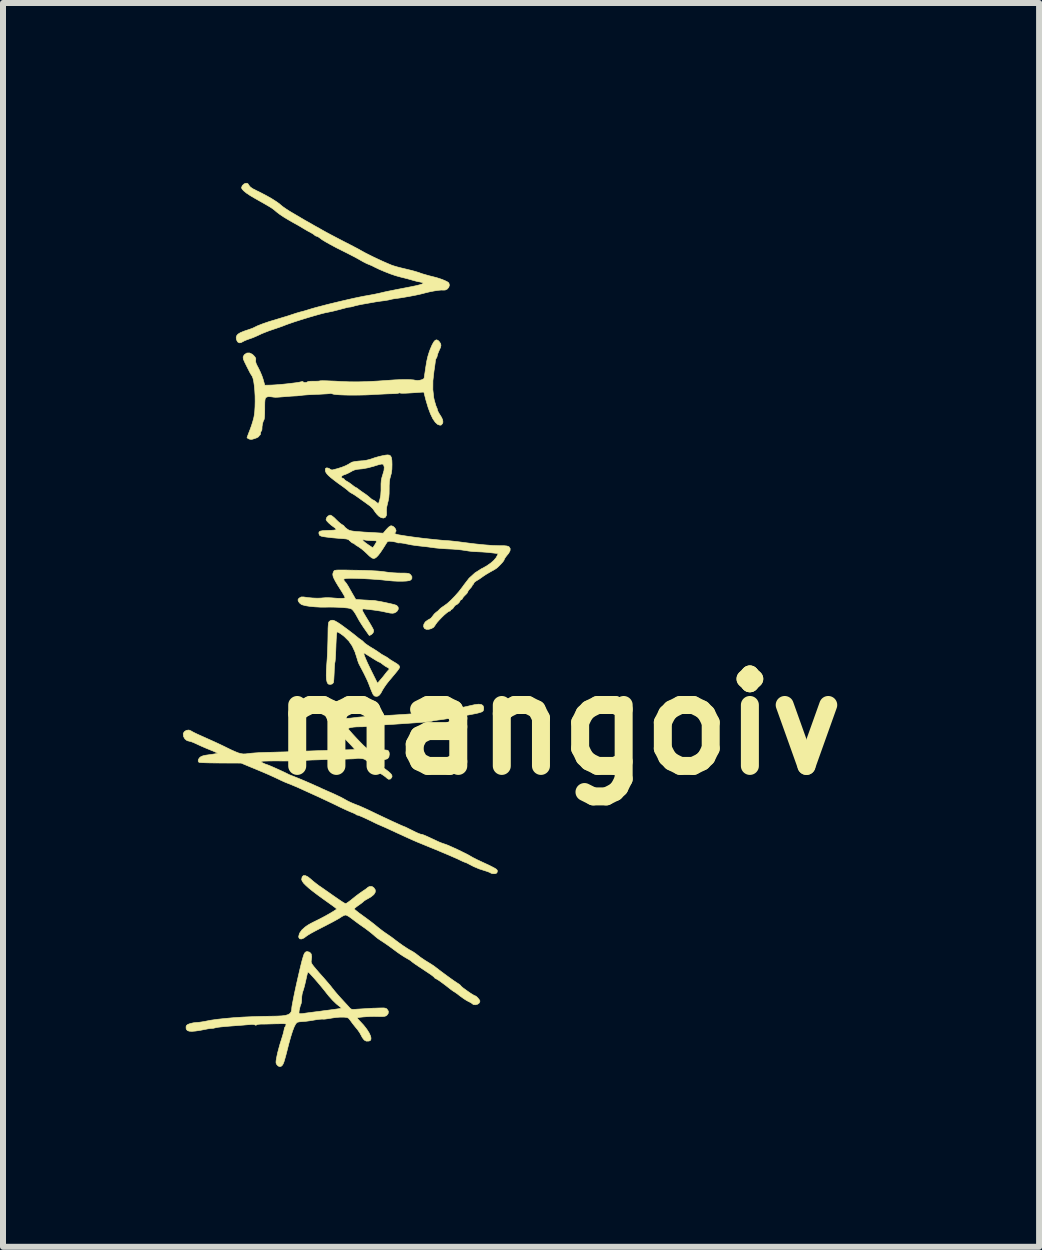
<source format=kicad_pcb>
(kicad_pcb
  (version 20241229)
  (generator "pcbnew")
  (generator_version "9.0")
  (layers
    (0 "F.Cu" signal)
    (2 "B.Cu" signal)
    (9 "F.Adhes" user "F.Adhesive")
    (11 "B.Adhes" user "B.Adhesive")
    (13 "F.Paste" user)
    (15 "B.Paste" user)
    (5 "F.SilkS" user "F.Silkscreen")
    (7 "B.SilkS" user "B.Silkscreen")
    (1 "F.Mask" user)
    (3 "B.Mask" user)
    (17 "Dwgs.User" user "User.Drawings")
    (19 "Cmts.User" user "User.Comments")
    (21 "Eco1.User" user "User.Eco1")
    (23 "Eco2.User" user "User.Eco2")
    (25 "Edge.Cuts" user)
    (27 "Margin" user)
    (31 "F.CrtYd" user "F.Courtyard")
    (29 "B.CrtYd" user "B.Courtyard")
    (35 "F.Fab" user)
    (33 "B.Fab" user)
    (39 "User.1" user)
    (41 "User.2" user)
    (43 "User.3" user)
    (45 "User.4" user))
  (footprint "mangoiv"
    (layer "F.Cu")
    (at 6.26 9.031)
    (property "Reference" "mangoiv" (at 0 0 0) (layer "F.SilkS") (effects (font (size 1.524 1.524) (thickness 0.3))))
    (attr through_hole)
    (fp_poly (pts (xy -2.817 -4.492) (xy -2.796 -4.477) (xy -2.783 -4.448) (xy -2.776 -4.402) (xy -2.774 -4.338) (xy -2.776 -4.255) (xy -2.786 -4.186) (xy -2.797 -4.147) (xy -2.81 -4.098) (xy -2.818 -4.046) (xy -2.821 -3.981) (xy -2.821 -3.932) (xy -2.822 -3.852) (xy -2.827 -3.786) (xy -2.838 -3.727) (xy -2.846 -3.698) (xy -2.863 -3.623) (xy -2.867 -3.563) (xy -2.865 -3.545) (xy -2.866 -3.492) (xy -2.883 -3.458) (xy -2.914 -3.443) (xy -2.954 -3.45) (xy -2.993 -3.474) (xy -3.024 -3.505) (xy -3.056 -3.545) (xy -3.065 -3.559) (xy -3.095 -3.601) (xy -3.134 -3.639) (xy -3.145 -3.648) (xy -3.177 -3.671) (xy -3.222 -3.704) (xy -3.273 -3.74) (xy -3.298 -3.758) (xy -3.347 -3.793) (xy -3.393 -3.825) (xy -3.43 -3.848) (xy -3.444 -3.855) (xy -3.474 -3.873) (xy -3.493 -3.887) (xy -3.494 -3.889) (xy -3.508 -3.902) (xy -3.536 -3.925) (xy -3.575 -3.954) (xy -3.584 -3.961) (xy -3.674 -4.025) (xy -3.744 -4.078) (xy -3.798 -4.121) (xy -3.811 -4.133) (xy -3.619 -4.133) (xy -3.615 -4.116) (xy -3.594 -4.106) (xy -3.574 -4.096) (xy -3.569 -4.088) (xy -3.559 -4.076) (xy -3.533 -4.059) (xy -3.527 -4.056) (xy -3.492 -4.035) (xy -3.452 -4.006) (xy -3.434 -3.992) (xy -3.403 -3.968) (xy -3.379 -3.953) (xy -3.372 -3.95) (xy -3.355 -3.942) (xy -3.341 -3.93) (xy -3.32 -3.914) (xy -3.286 -3.889) (xy -3.251 -3.865) (xy -3.207 -3.835) (xy -3.166 -3.803) (xy -3.143 -3.783) (xy -3.116 -3.76) (xy -3.096 -3.747) (xy -3.092 -3.746) (xy -3.075 -3.738) (xy -3.048 -3.72) (xy -3.042 -3.714) (xy -3.017 -3.694) (xy -3.002 -3.684) (xy -3.001 -3.683) (xy -2.996 -3.694) (xy -2.986 -3.723) (xy -2.976 -3.756) (xy -2.962 -3.823) (xy -2.957 -3.904) (xy -2.957 -3.95) (xy -2.957 -4.015) (xy -2.953 -4.067) (xy -2.944 -4.114) (xy -2.928 -4.166) (xy -2.907 -4.238) (xy -2.903 -4.292) (xy -2.914 -4.329) (xy -2.925 -4.341) (xy -2.946 -4.344) (xy -2.989 -4.335) (xy -3.055 -4.315) (xy -3.067 -4.311) (xy -3.172 -4.282) (xy -3.27 -4.264) (xy -3.295 -4.262) (xy -3.354 -4.256) (xy -3.397 -4.246) (xy -3.435 -4.23) (xy -3.457 -4.217) (xy -3.502 -4.193) (xy -3.548 -4.172) (xy -3.569 -4.166) (xy -3.603 -4.151) (xy -3.619 -4.133) (xy -3.811 -4.133) (xy -3.836 -4.155) (xy -3.862 -4.184) (xy -3.878 -4.209) (xy -3.885 -4.231) (xy -3.886 -4.245) (xy -3.882 -4.271) (xy -3.865 -4.28) (xy -3.856 -4.28) (xy -3.825 -4.272) (xy -3.809 -4.26) (xy -3.783 -4.246) (xy -3.766 -4.246) (xy -3.685 -4.267) (xy -3.61 -4.291) (xy -3.547 -4.316) (xy -3.502 -4.339) (xy -3.499 -4.341) (xy -3.466 -4.361) (xy -3.442 -4.375) (xy -3.435 -4.377) (xy -3.414 -4.381) (xy -3.413 -4.382) (xy -3.384 -4.387) (xy -3.336 -4.393) (xy -3.275 -4.398) (xy -3.262 -4.398) (xy -3.207 -4.406) (xy -3.147 -4.42) (xy -3.123 -4.428) (xy -3.062 -4.449) (xy -2.996 -4.468) (xy -2.932 -4.483) (xy -2.878 -4.493) (xy -2.847 -4.496) (xy -2.817 -4.492)) (stroke (width 0.01) (type solid)) (fill yes) (layer "F.SilkS"))
    (fp_poly (pts (xy -3.75 -1.738) (xy -3.719 -1.725) (xy -3.679 -1.702) (xy -3.626 -1.667) (xy -3.558 -1.617) (xy -3.505 -1.578) (xy -3.457 -1.541) (xy -3.412 -1.507) (xy -3.379 -1.48) (xy -3.365 -1.469) (xy -3.331 -1.441) (xy -3.296 -1.416) (xy -3.265 -1.394) (xy -3.242 -1.371) (xy -3.241 -1.37) (xy -3.224 -1.354) (xy -3.19 -1.33) (xy -3.145 -1.3) (xy -3.114 -1.281) (xy -3.065 -1.251) (xy -3.021 -1.223) (xy -2.989 -1.201) (xy -2.978 -1.193) (xy -2.951 -1.174) (xy -2.913 -1.152) (xy -2.9 -1.145) (xy -2.864 -1.125) (xy -2.837 -1.107) (xy -2.83 -1.102) (xy -2.81 -1.086) (xy -2.776 -1.065) (xy -2.75 -1.049) (xy -2.698 -1.018) (xy -2.666 -0.994) (xy -2.65 -0.974) (xy -2.648 -0.955) (xy -2.65 -0.947) (xy -2.661 -0.928) (xy -2.685 -0.895) (xy -2.721 -0.851) (xy -2.763 -0.801) (xy -2.775 -0.786) (xy -2.822 -0.731) (xy -2.866 -0.675) (xy -2.901 -0.625) (xy -2.925 -0.587) (xy -2.928 -0.583) (xy -2.957 -0.529) (xy -2.981 -0.495) (xy -3.005 -0.476) (xy -3.031 -0.47) (xy -3.037 -0.47) (xy -3.068 -0.477) (xy -3.09 -0.503) (xy -3.092 -0.508) (xy -3.106 -0.538) (xy -3.125 -0.583) (xy -3.145 -0.635) (xy -3.15 -0.648) (xy -3.166 -0.69) (xy -3.185 -0.735) (xy -3.209 -0.785) (xy -3.238 -0.845) (xy -3.277 -0.92) (xy -3.325 -1.011) (xy -3.336 -1.038) (xy -3.349 -1.077) (xy -3.353 -1.092) (xy -3.382 -1.183) (xy -3.245 -1.183) (xy -3.235 -1.151) (xy -3.214 -1.099) (xy -3.183 -1.028) (xy -3.14 -0.939) (xy -3.115 -0.888) (xy -3.016 -0.689) (xy -2.966 -0.747) (xy -2.931 -0.788) (xy -2.897 -0.831) (xy -2.881 -0.852) (xy -2.857 -0.882) (xy -2.838 -0.903) (xy -2.833 -0.908) (xy -2.82 -0.924) (xy -2.831 -0.943) (xy -2.854 -0.955) (xy -2.887 -0.974) (xy -2.924 -1) (xy -2.931 -1.006) (xy -2.96 -1.028) (xy -2.981 -1.04) (xy -2.986 -1.041) (xy -3.001 -1.048) (xy -3.033 -1.066) (xy -3.076 -1.092) (xy -3.117 -1.118) (xy -3.165 -1.148) (xy -3.205 -1.173) (xy -3.232 -1.189) (xy -3.242 -1.194) (xy -3.245 -1.183) (xy -3.382 -1.183) (xy -3.391 -1.211) (xy -3.437 -1.31) (xy -3.494 -1.393) (xy -3.564 -1.463) (xy -3.586 -1.482) (xy -3.627 -1.512) (xy -3.661 -1.534) (xy -3.684 -1.545) (xy -3.688 -1.546) (xy -3.694 -1.531) (xy -3.699 -1.491) (xy -3.704 -1.427) (xy -3.708 -1.339) (xy -3.709 -1.301) (xy -3.712 -1.224) (xy -3.715 -1.156) (xy -3.719 -1.099) (xy -3.722 -1.06) (xy -3.725 -1.041) (xy -3.725 -1.041) (xy -3.729 -1.022) (xy -3.732 -0.982) (xy -3.736 -0.929) (xy -3.738 -0.87) (xy -3.741 -0.809) (xy -3.744 -0.755) (xy -3.748 -0.716) (xy -3.752 -0.697) (xy -3.772 -0.677) (xy -3.804 -0.669) (xy -3.834 -0.675) (xy -3.842 -0.681) (xy -3.857 -0.709) (xy -3.867 -0.755) (xy -3.87 -0.821) (xy -3.868 -0.91) (xy -3.861 -1.016) (xy -3.855 -1.097) (xy -3.85 -1.194) (xy -3.846 -1.298) (xy -3.843 -1.4) (xy -3.842 -1.459) (xy -3.841 -1.545) (xy -3.84 -1.609) (xy -3.837 -1.654) (xy -3.834 -1.685) (xy -3.83 -1.704) (xy -3.823 -1.716) (xy -3.816 -1.723) (xy -3.796 -1.735) (xy -3.775 -1.74) (xy -3.75 -1.738)) (stroke (width 0.01) (type solid)) (fill yes) (layer "F.SilkS"))
    (fp_poly (pts (xy -3.563 -2.577) (xy -3.482 -2.575) (xy -3.38 -2.573) (xy -3.361 -2.573) (xy -3.221 -2.57) (xy -3.105 -2.565) (xy -3.012 -2.56) (xy -2.941 -2.553) (xy -2.889 -2.546) (xy -2.889 -2.546) (xy -2.831 -2.538) (xy -2.759 -2.531) (xy -2.683 -2.527) (xy -2.64 -2.526) (xy -2.576 -2.526) (xy -2.531 -2.524) (xy -2.502 -2.52) (xy -2.482 -2.513) (xy -2.467 -2.502) (xy -2.466 -2.501) (xy -2.442 -2.467) (xy -2.443 -2.434) (xy -2.461 -2.411) (xy -2.487 -2.4) (xy -2.534 -2.393) (xy -2.598 -2.39) (xy -2.674 -2.39) (xy -2.759 -2.394) (xy -2.848 -2.402) (xy -2.882 -2.406) (xy -2.948 -2.413) (xy -3.031 -2.42) (xy -3.121 -2.426) (xy -3.21 -2.431) (xy -3.245 -2.433) (xy -3.351 -2.437) (xy -3.435 -2.439) (xy -3.497 -2.439) (xy -3.54 -2.436) (xy -3.567 -2.43) (xy -3.578 -2.421) (xy -3.577 -2.408) (xy -3.566 -2.392) (xy -3.559 -2.384) (xy -3.535 -2.355) (xy -3.51 -2.316) (xy -3.502 -2.303) (xy -3.481 -2.265) (xy -3.453 -2.216) (xy -3.426 -2.169) (xy -3.378 -2.086) (xy -3.254 -2.078) (xy -3.197 -2.075) (xy -3.147 -2.072) (xy -3.11 -2.07) (xy -3.099 -2.07) (xy -3.068 -2.068) (xy -3.02 -2.06) (xy -2.961 -2.05) (xy -2.897 -2.037) (xy -2.833 -2.023) (xy -2.775 -2.01) (xy -2.729 -1.998) (xy -2.7 -1.988) (xy -2.696 -1.986) (xy -2.672 -1.959) (xy -2.669 -1.925) (xy -2.689 -1.891) (xy -2.7 -1.881) (xy -2.729 -1.863) (xy -2.762 -1.856) (xy -2.805 -1.859) (xy -2.864 -1.871) (xy -2.868 -1.872) (xy -2.945 -1.889) (xy -3.047 -1.905) (xy -3.171 -1.921) (xy -3.205 -1.924) (xy -3.237 -1.928) (xy -3.259 -1.928) (xy -3.27 -1.922) (xy -3.269 -1.907) (xy -3.257 -1.88) (xy -3.233 -1.837) (xy -3.197 -1.777) (xy -3.184 -1.756) (xy -3.144 -1.69) (xy -3.116 -1.642) (xy -3.097 -1.608) (xy -3.086 -1.586) (xy -3.081 -1.57) (xy -3.081 -1.557) (xy -3.083 -1.545) (xy -3.083 -1.544) (xy -3.096 -1.521) (xy -3.121 -1.499) (xy -3.147 -1.487) (xy -3.153 -1.486) (xy -3.161 -1.496) (xy -3.179 -1.521) (xy -3.197 -1.547) (xy -3.251 -1.624) (xy -3.291 -1.686) (xy -3.323 -1.737) (xy -3.347 -1.781) (xy -3.357 -1.799) (xy -3.382 -1.844) (xy -3.409 -1.885) (xy -3.422 -1.901) (xy -3.438 -1.919) (xy -3.455 -1.93) (xy -3.479 -1.938) (xy -3.515 -1.944) (xy -3.57 -1.949) (xy -3.584 -1.951) (xy -3.653 -1.955) (xy -3.735 -1.958) (xy -3.819 -1.959) (xy -3.873 -1.958) (xy -3.969 -1.958) (xy -4.061 -1.963) (xy -4.144 -1.971) (xy -4.215 -1.982) (xy -4.267 -1.996) (xy -4.284 -2.002) (xy -4.314 -2.026) (xy -4.334 -2.053) (xy -4.342 -2.078) (xy -4.333 -2.097) (xy -4.318 -2.111) (xy -4.287 -2.128) (xy -4.251 -2.128) (xy -4.242 -2.127) (xy -4.173 -2.117) (xy -4.096 -2.11) (xy -4.02 -2.107) (xy -3.956 -2.109) (xy -3.937 -2.111) (xy -3.884 -2.115) (xy -3.823 -2.115) (xy -3.785 -2.113) (xy -3.694 -2.106) (xy -3.625 -2.104) (xy -3.579 -2.106) (xy -3.558 -2.112) (xy -3.556 -2.116) (xy -3.562 -2.132) (xy -3.58 -2.164) (xy -3.605 -2.207) (xy -3.628 -2.243) (xy -3.678 -2.322) (xy -3.715 -2.384) (xy -3.74 -2.432) (xy -3.755 -2.468) (xy -3.761 -2.497) (xy -3.759 -2.522) (xy -3.75 -2.545) (xy -3.745 -2.555) (xy -3.741 -2.562) (xy -3.734 -2.568) (xy -3.721 -2.572) (xy -3.701 -2.575) (xy -3.67 -2.577) (xy -3.625 -2.577) (xy -3.563 -2.577)) (stroke (width 0.01) (type solid)) (fill yes) (layer "F.SilkS"))
    (fp_poly (pts (xy -4.177 2.538) (xy -4.133 2.573) (xy -4.092 2.609) (xy -4.039 2.651) (xy -3.986 2.691) (xy -3.976 2.697) (xy -3.924 2.733) (xy -3.87 2.771) (xy -3.825 2.802) (xy -3.817 2.808) (xy -3.736 2.865) (xy -3.672 2.909) (xy -3.625 2.941) (xy -3.591 2.963) (xy -3.567 2.977) (xy -3.553 2.983) (xy -3.546 2.985) (xy -3.529 2.977) (xy -3.498 2.956) (xy -3.458 2.926) (xy -3.431 2.904) (xy -3.379 2.862) (xy -3.324 2.821) (xy -3.276 2.787) (xy -3.262 2.777) (xy -3.224 2.752) (xy -3.195 2.731) (xy -3.182 2.719) (xy -3.166 2.708) (xy -3.142 2.699) (xy -3.109 2.699) (xy -3.079 2.719) (xy -3.078 2.719) (xy -3.053 2.756) (xy -3.053 2.794) (xy -3.077 2.834) (xy -3.125 2.873) (xy -3.173 2.901) (xy -3.209 2.921) (xy -3.236 2.938) (xy -3.245 2.946) (xy -3.259 2.959) (xy -3.288 2.982) (xy -3.326 3.009) (xy -3.328 3.01) (xy -3.365 3.037) (xy -3.392 3.059) (xy -3.404 3.073) (xy -3.404 3.073) (xy -3.394 3.085) (xy -3.367 3.107) (xy -3.327 3.139) (xy -3.277 3.175) (xy -3.261 3.187) (xy -3.199 3.232) (xy -3.136 3.279) (xy -3.079 3.323) (xy -3.036 3.358) (xy -3.035 3.359) (xy -2.983 3.401) (xy -2.923 3.447) (xy -2.869 3.485) (xy -2.868 3.485) (xy -2.825 3.515) (xy -2.787 3.541) (xy -2.763 3.559) (xy -2.76 3.561) (xy -2.711 3.599) (xy -2.653 3.642) (xy -2.593 3.685) (xy -2.535 3.723) (xy -2.488 3.753) (xy -2.467 3.764) (xy -2.421 3.79) (xy -2.378 3.819) (xy -2.359 3.834) (xy -2.3 3.88) (xy -2.223 3.932) (xy -2.153 3.975) (xy -2.11 4.002) (xy -2.062 4.035) (xy -2.036 4.055) (xy -1.952 4.119) (xy -1.871 4.179) (xy -1.798 4.232) (xy -1.737 4.275) (xy -1.692 4.305) (xy -1.689 4.307) (xy -1.655 4.329) (xy -1.632 4.348) (xy -1.626 4.357) (xy -1.616 4.368) (xy -1.59 4.39) (xy -1.553 4.417) (xy -1.51 4.448) (xy -1.468 4.477) (xy -1.43 4.501) (xy -1.402 4.517) (xy -1.391 4.521) (xy -1.371 4.531) (xy -1.346 4.554) (xy -1.323 4.582) (xy -1.309 4.606) (xy -1.308 4.612) (xy -1.319 4.641) (xy -1.346 4.662) (xy -1.381 4.672) (xy -1.415 4.669) (xy -1.433 4.657) (xy -1.453 4.641) (xy -1.487 4.623) (xy -1.502 4.616) (xy -1.538 4.596) (xy -1.584 4.566) (xy -1.632 4.531) (xy -1.641 4.525) (xy -1.68 4.494) (xy -1.712 4.471) (xy -1.73 4.459) (xy -1.733 4.458) (xy -1.746 4.45) (xy -1.773 4.431) (xy -1.808 4.405) (xy -1.809 4.404) (xy -1.883 4.346) (xy -1.941 4.303) (xy -1.984 4.272) (xy -2.016 4.251) (xy -2.036 4.24) (xy -2.061 4.226) (xy -2.07 4.214) (xy -2.08 4.204) (xy -2.108 4.182) (xy -2.151 4.152) (xy -2.205 4.116) (xy -2.257 4.081) (xy -2.318 4.041) (xy -2.372 4.005) (xy -2.413 3.976) (xy -2.44 3.956) (xy -2.449 3.948) (xy -2.462 3.937) (xy -2.49 3.919) (xy -2.525 3.899) (xy -2.571 3.872) (xy -2.626 3.837) (xy -2.679 3.8) (xy -2.686 3.795) (xy -2.775 3.729) (xy -2.847 3.677) (xy -2.904 3.638) (xy -2.949 3.608) (xy -2.968 3.596) (xy -3.005 3.571) (xy -3.048 3.537) (xy -3.08 3.509) (xy -3.118 3.477) (xy -3.169 3.437) (xy -3.225 3.395) (xy -3.264 3.368) (xy -3.321 3.328) (xy -3.378 3.286) (xy -3.427 3.249) (xy -3.452 3.23) (xy -3.491 3.202) (xy -3.526 3.182) (xy -3.548 3.175) (xy -3.575 3.182) (xy -3.61 3.201) (xy -3.629 3.213) (xy -3.656 3.231) (xy -3.702 3.257) (xy -3.762 3.29) (xy -3.831 3.326) (xy -3.906 3.365) (xy -3.92 3.372) (xy -3.994 3.41) (xy -4.063 3.446) (xy -4.122 3.478) (xy -4.167 3.505) (xy -4.194 3.522) (xy -4.197 3.525) (xy -4.243 3.559) (xy -4.282 3.575) (xy -4.311 3.573) (xy -4.327 3.553) (xy -4.33 3.532) (xy -4.316 3.48) (xy -4.278 3.426) (xy -4.225 3.378) (xy -4.198 3.358) (xy -4.169 3.339) (xy -4.134 3.319) (xy -4.088 3.295) (xy -4.027 3.265) (xy -3.981 3.242) (xy -3.937 3.219) (xy -3.886 3.192) (xy -3.833 3.162) (xy -3.783 3.133) (xy -3.741 3.107) (xy -3.71 3.087) (xy -3.697 3.076) (xy -3.696 3.075) (xy -3.706 3.065) (xy -3.732 3.044) (xy -3.77 3.016) (xy -3.787 3.004) (xy -3.909 2.917) (xy -4.011 2.843) (xy -4.094 2.78) (xy -4.16 2.727) (xy -4.21 2.682) (xy -4.246 2.646) (xy -4.268 2.615) (xy -4.279 2.59) (xy -4.28 2.579) (xy -4.272 2.539) (xy -4.251 2.518) (xy -4.219 2.518) (xy -4.177 2.538)) (stroke (width 0.01) (type solid)) (fill yes) (layer "F.SilkS"))
    (fp_poly (pts (xy -2.005 -6.404) (xy -1.982 -6.38) (xy -1.963 -6.35) (xy -1.958 -6.321) (xy -1.966 -6.286) (xy -1.988 -6.238) (xy -2.005 -6.198) (xy -2.017 -6.165) (xy -2.019 -6.151) (xy -2.027 -6.122) (xy -2.034 -6.112) (xy -2.046 -6.089) (xy -2.051 -6.062) (xy -2.054 -6.034) (xy -2.06 -5.989) (xy -2.068 -5.933) (xy -2.074 -5.894) (xy -2.092 -5.733) (xy -2.093 -5.584) (xy -2.078 -5.45) (xy -2.069 -5.409) (xy -2.055 -5.36) (xy -2.043 -5.319) (xy -2.033 -5.294) (xy -2.031 -5.29) (xy -2.021 -5.268) (xy -2.019 -5.254) (xy -2.012 -5.231) (xy -1.995 -5.196) (xy -1.981 -5.175) (xy -1.947 -5.12) (xy -1.929 -5.078) (xy -1.925 -5.044) (xy -1.93 -5.023) (xy -1.951 -4.996) (xy -1.972 -4.991) (xy -2.012 -5.004) (xy -2.052 -5.04) (xy -2.093 -5.099) (xy -2.132 -5.18) (xy -2.17 -5.281) (xy -2.206 -5.401) (xy -2.21 -5.415) (xy -2.243 -5.544) (xy -2.293 -5.541) (xy -2.326 -5.539) (xy -2.377 -5.535) (xy -2.439 -5.531) (xy -2.487 -5.528) (xy -2.545 -5.525) (xy -2.593 -5.524) (xy -2.625 -5.525) (xy -2.637 -5.528) (xy -2.651 -5.531) (xy -2.658 -5.528) (xy -2.677 -5.523) (xy -2.715 -5.519) (xy -2.764 -5.517) (xy -2.781 -5.516) (xy -2.831 -5.515) (xy -2.898 -5.512) (xy -2.978 -5.508) (xy -3.062 -5.504) (xy -3.123 -5.5) (xy -3.209 -5.496) (xy -3.301 -5.494) (xy -3.393 -5.493) (xy -3.484 -5.493) (xy -3.568 -5.495) (xy -3.643 -5.498) (xy -3.703 -5.502) (xy -3.746 -5.508) (xy -3.768 -5.514) (xy -3.768 -5.514) (xy -3.792 -5.522) (xy -3.806 -5.52) (xy -3.826 -5.517) (xy -3.867 -5.514) (xy -3.923 -5.511) (xy -3.99 -5.507) (xy -4.032 -5.506) (xy -4.105 -5.502) (xy -4.171 -5.499) (xy -4.225 -5.495) (xy -4.262 -5.492) (xy -4.274 -5.49) (xy -4.307 -5.486) (xy -4.354 -5.481) (xy -4.394 -5.479) (xy -4.45 -5.476) (xy -4.517 -5.471) (xy -4.578 -5.466) (xy -4.641 -5.461) (xy -4.684 -5.458) (xy -4.716 -5.457) (xy -4.744 -5.459) (xy -4.773 -5.463) (xy -4.788 -5.465) (xy -4.834 -5.469) (xy -4.864 -5.46) (xy -4.871 -5.456) (xy -4.881 -5.446) (xy -4.888 -5.432) (xy -4.892 -5.41) (xy -4.895 -5.373) (xy -4.896 -5.319) (xy -4.896 -5.267) (xy -4.897 -5.19) (xy -4.9 -5.131) (xy -4.905 -5.092) (xy -4.91 -5.079) (xy -4.923 -5.052) (xy -4.934 -5.011) (xy -4.941 -4.967) (xy -4.942 -4.932) (xy -4.945 -4.907) (xy -4.952 -4.896) (xy -4.963 -4.878) (xy -4.966 -4.857) (xy -4.97 -4.833) (xy -4.978 -4.826) (xy -4.99 -4.816) (xy -4.991 -4.81) (xy -5.003 -4.796) (xy -5.033 -4.78) (xy -5.076 -4.765) (xy -5.112 -4.755) (xy -5.143 -4.757) (xy -5.163 -4.764) (xy -5.184 -4.777) (xy -5.191 -4.782) (xy -5.188 -4.794) (xy -5.177 -4.824) (xy -5.16 -4.869) (xy -5.142 -4.915) (xy -5.118 -4.981) (xy -5.096 -5.05) (xy -5.079 -5.113) (xy -5.073 -5.142) (xy -5.063 -5.214) (xy -5.058 -5.297) (xy -5.056 -5.387) (xy -5.057 -5.479) (xy -5.062 -5.568) (xy -5.07 -5.651) (xy -5.08 -5.722) (xy -5.093 -5.778) (xy -5.108 -5.813) (xy -5.111 -5.817) (xy -5.122 -5.833) (xy -5.14 -5.863) (xy -5.164 -5.91) (xy -5.197 -5.975) (xy -5.234 -6.05) (xy -5.253 -6.095) (xy -5.256 -6.129) (xy -5.242 -6.157) (xy -5.232 -6.17) (xy -5.194 -6.195) (xy -5.15 -6.196) (xy -5.105 -6.175) (xy -5.081 -6.154) (xy -5.055 -6.123) (xy -5.045 -6.099) (xy -5.047 -6.077) (xy -5.048 -6.053) (xy -5.04 -6.021) (xy -5.019 -5.977) (xy -5.002 -5.946) (xy -4.973 -5.886) (xy -4.944 -5.818) (xy -4.923 -5.758) (xy -4.922 -5.753) (xy -4.895 -5.658) (xy -4.792 -5.66) (xy -4.735 -5.663) (xy -4.666 -5.668) (xy -4.589 -5.675) (xy -4.51 -5.683) (xy -4.436 -5.692) (xy -4.371 -5.7) (xy -4.321 -5.708) (xy -4.296 -5.714) (xy -4.266 -5.72) (xy -4.255 -5.714) (xy -4.255 -5.714) (xy -4.244 -5.705) (xy -4.221 -5.703) (xy -4.197 -5.706) (xy -4.185 -5.714) (xy -4.17 -5.72) (xy -4.136 -5.724) (xy -4.09 -5.725) (xy -4.083 -5.725) (xy -4.037 -5.725) (xy -4.001 -5.726) (xy -3.983 -5.729) (xy -3.982 -5.729) (xy -3.966 -5.732) (xy -3.929 -5.733) (xy -3.873 -5.732) (xy -3.801 -5.729) (xy -3.717 -5.726) (xy -3.624 -5.72) (xy -3.619 -5.72) (xy -3.489 -5.715) (xy -3.348 -5.714) (xy -3.192 -5.718) (xy -3.018 -5.727) (xy -2.832 -5.74) (xy -2.733 -5.747) (xy -2.637 -5.751) (xy -2.55 -5.752) (xy -2.476 -5.751) (xy -2.418 -5.747) (xy -2.381 -5.74) (xy -2.381 -5.74) (xy -2.349 -5.737) (xy -2.31 -5.741) (xy -2.272 -5.751) (xy -2.246 -5.765) (xy -2.239 -5.774) (xy -2.236 -5.79) (xy -2.231 -5.826) (xy -2.223 -5.878) (xy -2.214 -5.94) (xy -2.211 -5.96) (xy -2.195 -6.058) (xy -2.176 -6.14) (xy -2.153 -6.214) (xy -2.139 -6.252) (xy -2.107 -6.327) (xy -2.079 -6.378) (xy -2.054 -6.407) (xy -2.029 -6.415) (xy -2.005 -6.404)) (stroke (width 0.01) (type solid)) (fill yes) (layer "F.SilkS"))
    (fp_poly (pts (xy -5.173 -9.014) (xy -5.16 -8.992) (xy -5.137 -8.964) (xy -5.1 -8.937) (xy -5.042 -8.907) (xy -5.042 -8.907) (xy -4.947 -8.86) (xy -4.856 -8.812) (xy -4.774 -8.765) (xy -4.705 -8.721) (xy -4.653 -8.684) (xy -4.636 -8.669) (xy -4.6 -8.639) (xy -4.549 -8.603) (xy -4.492 -8.566) (xy -4.458 -8.545) (xy -4.403 -8.513) (xy -4.352 -8.483) (xy -4.311 -8.459) (xy -4.293 -8.448) (xy -4.278 -8.439) (xy -4.262 -8.43) (xy -4.242 -8.418) (xy -4.216 -8.403) (xy -4.18 -8.383) (xy -4.132 -8.356) (xy -4.07 -8.32) (xy -3.989 -8.275) (xy -3.931 -8.242) (xy -3.868 -8.207) (xy -3.79 -8.165) (xy -3.704 -8.12) (xy -3.616 -8.074) (xy -3.55 -8.04) (xy -3.476 -8.002) (xy -3.407 -7.966) (xy -3.347 -7.935) (xy -3.301 -7.909) (xy -3.272 -7.893) (xy -3.27 -7.892) (xy -3.227 -7.868) (xy -3.166 -7.837) (xy -3.094 -7.801) (xy -3.014 -7.763) (xy -2.934 -7.726) (xy -2.859 -7.693) (xy -2.795 -7.666) (xy -2.781 -7.66) (xy -2.742 -7.647) (xy -2.684 -7.63) (xy -2.618 -7.613) (xy -2.548 -7.596) (xy -2.546 -7.596) (xy -2.477 -7.579) (xy -2.41 -7.562) (xy -2.353 -7.545) (xy -2.312 -7.532) (xy -2.312 -7.531) (xy -2.269 -7.516) (xy -2.21 -7.499) (xy -2.146 -7.481) (xy -2.109 -7.472) (xy -2.031 -7.452) (xy -1.96 -7.429) (xy -1.9 -7.406) (xy -1.854 -7.384) (xy -1.828 -7.365) (xy -1.826 -7.362) (xy -1.817 -7.327) (xy -1.827 -7.292) (xy -1.852 -7.262) (xy -1.887 -7.245) (xy -1.92 -7.244) (xy -1.953 -7.245) (xy -2.005 -7.24) (xy -2.071 -7.23) (xy -2.144 -7.216) (xy -2.219 -7.198) (xy -2.252 -7.189) (xy -2.309 -7.175) (xy -2.383 -7.159) (xy -2.466 -7.143) (xy -2.551 -7.128) (xy -2.629 -7.115) (xy -2.692 -7.106) (xy -2.705 -7.105) (xy -2.75 -7.098) (xy -2.792 -7.09) (xy -2.8 -7.087) (xy -2.835 -7.079) (xy -2.882 -7.071) (xy -2.908 -7.067) (xy -2.971 -7.059) (xy -3.045 -7.048) (xy -3.124 -7.034) (xy -3.203 -7.02) (xy -3.277 -7.007) (xy -3.34 -6.994) (xy -3.387 -6.983) (xy -3.405 -6.978) (xy -3.442 -6.967) (xy -3.468 -6.962) (xy -3.475 -6.961) (xy -3.493 -6.96) (xy -3.526 -6.953) (xy -3.537 -6.95) (xy -3.654 -6.919) (xy -3.752 -6.894) (xy -3.836 -6.876) (xy -3.891 -6.865) (xy -3.931 -6.855) (xy -3.991 -6.839) (xy -4.065 -6.818) (xy -4.148 -6.794) (xy -4.236 -6.767) (xy -4.323 -6.74) (xy -4.404 -6.714) (xy -4.474 -6.69) (xy -4.53 -6.67) (xy -4.559 -6.659) (xy -4.589 -6.647) (xy -4.636 -6.63) (xy -4.694 -6.61) (xy -4.75 -6.591) (xy -4.818 -6.568) (xy -4.888 -6.541) (xy -4.95 -6.516) (xy -4.985 -6.499) (xy -5.04 -6.474) (xy -5.096 -6.45) (xy -5.142 -6.434) (xy -5.19 -6.417) (xy -5.236 -6.398) (xy -5.254 -6.388) (xy -5.293 -6.368) (xy -5.32 -6.365) (xy -5.343 -6.377) (xy -5.351 -6.386) (xy -5.366 -6.415) (xy -5.372 -6.449) (xy -5.365 -6.481) (xy -5.343 -6.509) (xy -5.303 -6.534) (xy -5.242 -6.559) (xy -5.208 -6.571) (xy -5.158 -6.587) (xy -5.116 -6.602) (xy -5.088 -6.613) (xy -5.085 -6.615) (xy -5.015 -6.649) (xy -4.928 -6.683) (xy -4.82 -6.72) (xy -4.722 -6.749) (xy -4.647 -6.772) (xy -4.571 -6.795) (xy -4.502 -6.816) (xy -4.448 -6.834) (xy -4.432 -6.839) (xy -4.379 -6.857) (xy -4.327 -6.872) (xy -4.289 -6.883) (xy -4.286 -6.883) (xy -4.241 -6.895) (xy -4.191 -6.91) (xy -4.178 -6.914) (xy -4.123 -6.931) (xy -4.047 -6.953) (xy -3.955 -6.977) (xy -3.852 -7.004) (xy -3.741 -7.031) (xy -3.628 -7.058) (xy -3.516 -7.084) (xy -3.411 -7.108) (xy -3.316 -7.128) (xy -3.236 -7.144) (xy -3.2 -7.15) (xy -3.128 -7.163) (xy -3.055 -7.177) (xy -2.989 -7.191) (xy -2.946 -7.201) (xy -2.905 -7.211) (xy -2.845 -7.224) (xy -2.769 -7.239) (xy -2.685 -7.256) (xy -2.596 -7.273) (xy -2.565 -7.279) (xy -2.458 -7.3) (xy -2.375 -7.317) (xy -2.315 -7.332) (xy -2.276 -7.344) (xy -2.256 -7.355) (xy -2.256 -7.364) (xy -2.273 -7.372) (xy -2.279 -7.373) (xy -2.313 -7.381) (xy -2.335 -7.384) (xy -2.357 -7.389) (xy -2.395 -7.399) (xy -2.442 -7.412) (xy -2.445 -7.413) (xy -2.502 -7.429) (xy -2.571 -7.447) (xy -2.636 -7.463) (xy -2.642 -7.465) (xy -2.715 -7.485) (xy -2.802 -7.515) (xy -2.894 -7.551) (xy -2.984 -7.589) (xy -3.063 -7.627) (xy -3.108 -7.65) (xy -3.155 -7.67) (xy -3.171 -7.676) (xy -3.207 -7.692) (xy -3.254 -7.716) (xy -3.296 -7.74) (xy -3.333 -7.761) (xy -3.387 -7.791) (xy -3.453 -7.825) (xy -3.525 -7.862) (xy -3.575 -7.887) (xy -3.695 -7.947) (xy -3.796 -8.001) (xy -3.878 -8.047) (xy -3.939 -8.084) (xy -3.978 -8.113) (xy -3.982 -8.116) (xy -4.008 -8.134) (xy -4.028 -8.141) (xy -4.053 -8.15) (xy -4.064 -8.16) (xy -4.085 -8.177) (xy -4.119 -8.197) (xy -4.132 -8.205) (xy -4.173 -8.226) (xy -4.221 -8.254) (xy -4.255 -8.274) (xy -4.301 -8.302) (xy -4.358 -8.335) (xy -4.415 -8.366) (xy -4.42 -8.369) (xy -4.502 -8.416) (xy -4.58 -8.463) (xy -4.647 -8.508) (xy -4.698 -8.547) (xy -4.718 -8.564) (xy -4.739 -8.582) (xy -4.767 -8.603) (xy -4.805 -8.628) (xy -4.856 -8.658) (xy -4.922 -8.696) (xy -5.007 -8.744) (xy -5.053 -8.77) (xy -5.135 -8.818) (xy -5.201 -8.862) (xy -5.249 -8.901) (xy -5.276 -8.933) (xy -5.283 -8.952) (xy -5.27 -8.987) (xy -5.239 -9.015) (xy -5.216 -9.024) (xy -5.191 -9.026) (xy -5.173 -9.014)) (stroke (width 0.01) (type solid)) (fill yes) (layer "F.SilkS"))
    (fp_poly (pts (xy -4.186 3.785) (xy -4.146 3.796) (xy -4.121 3.825) (xy -4.113 3.873) (xy -4.12 3.931) (xy -4.122 3.947) (xy -4.121 3.963) (xy -4.114 3.982) (xy -4.099 4.006) (xy -4.074 4.038) (xy -4.038 4.081) (xy -3.989 4.138) (xy -3.931 4.203) (xy -3.882 4.259) (xy -3.834 4.315) (xy -3.792 4.365) (xy -3.762 4.404) (xy -3.761 4.404) (xy -3.728 4.446) (xy -3.685 4.497) (xy -3.637 4.551) (xy -3.612 4.578) (xy -3.57 4.624) (xy -3.53 4.667) (xy -3.499 4.701) (xy -3.485 4.717) (xy -3.468 4.735) (xy -3.451 4.745) (xy -3.428 4.749) (xy -3.392 4.748) (xy -3.355 4.745) (xy -3.305 4.742) (xy -3.238 4.738) (xy -3.162 4.733) (xy -3.085 4.729) (xy -3.07 4.729) (xy -2.997 4.726) (xy -2.944 4.725) (xy -2.908 4.725) (xy -2.885 4.729) (xy -2.869 4.735) (xy -2.858 4.743) (xy -2.835 4.778) (xy -2.837 4.815) (xy -2.858 4.845) (xy -2.874 4.857) (xy -2.896 4.864) (xy -2.927 4.868) (xy -2.975 4.868) (xy -3.023 4.867) (xy -3.071 4.866) (xy -3.128 4.867) (xy -3.188 4.87) (xy -3.246 4.874) (xy -3.296 4.879) (xy -3.333 4.884) (xy -3.352 4.889) (xy -3.353 4.89) (xy -3.345 4.905) (xy -3.324 4.93) (xy -3.311 4.943) (xy -3.247 5.012) (xy -3.194 5.08) (xy -3.155 5.142) (xy -3.131 5.195) (xy -3.124 5.228) (xy -3.128 5.258) (xy -3.144 5.272) (xy -3.162 5.277) (xy -3.203 5.278) (xy -3.237 5.26) (xy -3.268 5.22) (xy -3.284 5.19) (xy -3.31 5.142) (xy -3.345 5.091) (xy -3.37 5.061) (xy -3.404 5.019) (xy -3.436 4.978) (xy -3.454 4.953) (xy -3.478 4.921) (xy -3.499 4.896) (xy -3.503 4.893) (xy -3.53 4.883) (xy -3.577 4.878) (xy -3.638 4.878) (xy -3.707 4.883) (xy -3.781 4.894) (xy -3.798 4.897) (xy -3.849 4.905) (xy -3.893 4.911) (xy -3.921 4.912) (xy -3.925 4.911) (xy -3.946 4.911) (xy -3.986 4.914) (xy -4.038 4.921) (xy -4.085 4.929) (xy -4.147 4.939) (xy -4.207 4.947) (xy -4.255 4.951) (xy -4.278 4.953) (xy -4.317 4.956) (xy -4.349 4.963) (xy -4.355 4.965) (xy -4.378 4.989) (xy -4.404 5.037) (xy -4.432 5.11) (xy -4.463 5.208) (xy -4.497 5.331) (xy -4.515 5.403) (xy -4.539 5.497) (xy -4.559 5.569) (xy -4.575 5.623) (xy -4.59 5.66) (xy -4.605 5.683) (xy -4.62 5.696) (xy -4.638 5.702) (xy -4.65 5.702) (xy -4.673 5.692) (xy -4.694 5.67) (xy -4.704 5.653) (xy -4.708 5.635) (xy -4.707 5.609) (xy -4.701 5.569) (xy -4.693 5.529) (xy -4.681 5.472) (xy -4.662 5.401) (xy -4.641 5.325) (xy -4.622 5.265) (xy -4.603 5.204) (xy -4.587 5.15) (xy -4.577 5.108) (xy -4.572 5.085) (xy -4.572 5.084) (xy -4.567 5.057) (xy -4.561 5.048) (xy -4.548 5.026) (xy -4.542 5.01) (xy -4.54 5) (xy -4.543 4.993) (xy -4.556 4.989) (xy -4.582 4.987) (xy -4.624 4.987) (xy -4.687 4.989) (xy -4.715 4.989) (xy -4.787 4.991) (xy -4.855 4.993) (xy -4.913 4.994) (xy -4.954 4.994) (xy -4.959 4.994) (xy -4.998 4.997) (xy -5.025 5.003) (xy -5.031 5.008) (xy -5.046 5.014) (xy -5.057 5.008) (xy -5.08 5.001) (xy -5.115 4.999) (xy -5.118 5) (xy -5.153 5.003) (xy -5.196 5.006) (xy -5.252 5.011) (xy -5.323 5.016) (xy -5.413 5.023) (xy -5.492 5.029) (xy -5.562 5.035) (xy -5.624 5.041) (xy -5.675 5.047) (xy -5.708 5.053) (xy -5.715 5.055) (xy -5.753 5.064) (xy -5.779 5.066) (xy -5.811 5.068) (xy -5.853 5.075) (xy -5.867 5.078) (xy -5.97 5.098) (xy -6.05 5.11) (xy -6.111 5.115) (xy -6.155 5.112) (xy -6.184 5.102) (xy -6.201 5.084) (xy -6.206 5.071) (xy -6.208 5.039) (xy -6.201 5.018) (xy -6.179 5) (xy -6.139 4.985) (xy -6.087 4.973) (xy -6.033 4.967) (xy -6.024 4.967) (xy -5.982 4.963) (xy -5.929 4.955) (xy -5.89 4.948) (xy -5.799 4.93) (xy -5.686 4.914) (xy -5.555 4.9) (xy -5.41 4.887) (xy -5.254 4.877) (xy -5.091 4.87) (xy -4.926 4.865) (xy -4.801 4.863) (xy -4.695 4.861) (xy -4.612 4.857) (xy -4.55 4.849) (xy -4.504 4.835) (xy -4.474 4.816) (xy -4.463 4.8) (xy -4.325 4.8) (xy -4.324 4.815) (xy -4.307 4.821) (xy -4.278 4.82) (xy -4.276 4.82) (xy -4.252 4.817) (xy -4.207 4.81) (xy -4.145 4.802) (xy -4.07 4.792) (xy -3.986 4.782) (xy -3.931 4.774) (xy -3.846 4.763) (xy -3.77 4.753) (xy -3.705 4.744) (xy -3.657 4.737) (xy -3.628 4.732) (xy -3.621 4.73) (xy -3.625 4.719) (xy -3.645 4.703) (xy -3.646 4.702) (xy -3.702 4.657) (xy -3.764 4.597) (xy -3.825 4.529) (xy -3.867 4.477) (xy -3.898 4.437) (xy -3.937 4.389) (xy -3.981 4.336) (xy -4.027 4.282) (xy -4.071 4.231) (xy -4.111 4.187) (xy -4.142 4.153) (xy -4.163 4.133) (xy -4.167 4.13) (xy -4.173 4.128) (xy -4.177 4.131) (xy -4.182 4.142) (xy -4.189 4.166) (xy -4.198 4.205) (xy -4.211 4.264) (xy -4.216 4.286) (xy -4.23 4.345) (xy -4.244 4.398) (xy -4.257 4.439) (xy -4.262 4.453) (xy -4.272 4.489) (xy -4.279 4.537) (xy -4.28 4.565) (xy -4.282 4.608) (xy -4.287 4.644) (xy -4.291 4.658) (xy -4.303 4.688) (xy -4.313 4.728) (xy -4.322 4.768) (xy -4.325 4.8) (xy -4.463 4.8) (xy -4.456 4.79) (xy -4.447 4.756) (xy -4.445 4.724) (xy -4.442 4.699) (xy -4.434 4.654) (xy -4.422 4.591) (xy -4.407 4.515) (xy -4.389 4.43) (xy -4.369 4.338) (xy -4.348 4.245) (xy -4.327 4.154) (xy -4.307 4.068) (xy -4.288 3.991) (xy -4.275 3.939) (xy -4.256 3.874) (xy -4.241 3.829) (xy -4.225 3.802) (xy -4.208 3.789) (xy -4.188 3.785) (xy -4.186 3.785)) (stroke (width 0.01) (type solid)) (fill yes) (layer "F.SilkS"))
    (fp_poly (pts (xy -3.779 -3.482) (xy -3.741 -3.453) (xy -3.711 -3.423) (xy -3.673 -3.386) (xy -3.636 -3.354) (xy -3.608 -3.334) (xy -3.607 -3.334) (xy -3.581 -3.318) (xy -3.569 -3.304) (xy -3.569 -3.303) (xy -3.559 -3.29) (xy -3.535 -3.27) (xy -3.52 -3.259) (xy -3.505 -3.249) (xy -3.49 -3.241) (xy -3.472 -3.235) (xy -3.447 -3.229) (xy -3.414 -3.224) (xy -3.369 -3.219) (xy -3.31 -3.215) (xy -3.235 -3.209) (xy -3.139 -3.204) (xy -3.022 -3.197) (xy -3.006 -3.196) (xy -2.92 -3.191) (xy -2.868 -3.253) (xy -2.83 -3.292) (xy -2.799 -3.312) (xy -2.788 -3.315) (xy -2.758 -3.306) (xy -2.732 -3.285) (xy -2.713 -3.257) (xy -2.706 -3.229) (xy -2.715 -3.209) (xy -2.718 -3.207) (xy -2.73 -3.192) (xy -2.718 -3.179) (xy -2.681 -3.168) (xy -2.664 -3.164) (xy -2.586 -3.151) (xy -2.488 -3.136) (xy -2.377 -3.121) (xy -2.259 -3.106) (xy -2.139 -3.093) (xy -2.023 -3.081) (xy -1.918 -3.071) (xy -1.841 -3.066) (xy -1.792 -3.062) (xy -1.726 -3.055) (xy -1.651 -3.046) (xy -1.576 -3.036) (xy -1.568 -3.035) (xy -1.393 -3.013) (xy -1.236 -2.997) (xy -1.098 -2.986) (xy -0.982 -2.982) (xy -0.965 -2.982) (xy -0.903 -2.982) (xy -0.862 -2.978) (xy -0.835 -2.971) (xy -0.822 -2.963) (xy -0.803 -2.933) (xy -0.806 -2.898) (xy -0.83 -2.854) (xy -0.851 -2.829) (xy -0.878 -2.795) (xy -0.896 -2.767) (xy -0.902 -2.753) (xy -0.91 -2.734) (xy -0.933 -2.704) (xy -0.965 -2.669) (xy -1 -2.634) (xy -1.033 -2.605) (xy -1.056 -2.59) (xy -1.141 -2.542) (xy -1.207 -2.503) (xy -1.258 -2.469) (xy -1.277 -2.455) (xy -1.317 -2.427) (xy -1.356 -2.403) (xy -1.371 -2.394) (xy -1.397 -2.376) (xy -1.41 -2.357) (xy -1.41 -2.356) (xy -1.417 -2.339) (xy -1.422 -2.337) (xy -1.434 -2.327) (xy -1.435 -2.32) (xy -1.444 -2.301) (xy -1.465 -2.275) (xy -1.473 -2.267) (xy -1.497 -2.24) (xy -1.51 -2.217) (xy -1.511 -2.213) (xy -1.52 -2.194) (xy -1.543 -2.168) (xy -1.556 -2.156) (xy -1.582 -2.129) (xy -1.598 -2.106) (xy -1.6 -2.1) (xy -1.61 -2.085) (xy -1.619 -2.083) (xy -1.636 -2.074) (xy -1.638 -2.066) (xy -1.647 -2.046) (xy -1.669 -2.021) (xy -1.693 -2.001) (xy -1.709 -1.994) (xy -1.724 -1.984) (xy -1.742 -1.96) (xy -1.744 -1.956) (xy -1.764 -1.93) (xy -1.784 -1.918) (xy -1.786 -1.918) (xy -1.798 -1.911) (xy -1.797 -1.905) (xy -1.801 -1.895) (xy -1.815 -1.892) (xy -1.835 -1.883) (xy -1.866 -1.859) (xy -1.906 -1.825) (xy -1.948 -1.784) (xy -1.989 -1.741) (xy -2.024 -1.701) (xy -2.049 -1.667) (xy -2.057 -1.653) (xy -2.08 -1.622) (xy -2.118 -1.6) (xy -2.162 -1.588) (xy -2.203 -1.588) (xy -2.233 -1.603) (xy -2.248 -1.634) (xy -2.243 -1.672) (xy -2.221 -1.709) (xy -2.21 -1.719) (xy -2.178 -1.742) (xy -2.151 -1.757) (xy -2.147 -1.759) (xy -2.124 -1.774) (xy -2.1 -1.803) (xy -2.096 -1.809) (xy -2.069 -1.844) (xy -2.038 -1.872) (xy -2.035 -1.874) (xy -2.005 -1.897) (xy -1.984 -1.919) (xy -1.965 -1.938) (xy -1.932 -1.962) (xy -1.908 -1.978) (xy -1.853 -2.018) (xy -1.79 -2.075) (xy -1.724 -2.143) (xy -1.659 -2.217) (xy -1.601 -2.292) (xy -1.573 -2.331) (xy -1.489 -2.44) (xy -1.391 -2.529) (xy -1.283 -2.598) (xy -1.268 -2.605) (xy -1.196 -2.645) (xy -1.13 -2.691) (xy -1.076 -2.738) (xy -1.038 -2.783) (xy -1.03 -2.797) (xy -1.003 -2.851) (xy -1.133 -2.866) (xy -1.202 -2.873) (xy -1.274 -2.878) (xy -1.338 -2.881) (xy -1.359 -2.882) (xy -1.422 -2.885) (xy -1.493 -2.893) (xy -1.556 -2.903) (xy -1.61 -2.911) (xy -1.68 -2.919) (xy -1.757 -2.925) (xy -1.821 -2.928) (xy -1.897 -2.932) (xy -1.977 -2.938) (xy -2.051 -2.945) (xy -2.1 -2.952) (xy -2.168 -2.961) (xy -2.242 -2.97) (xy -2.308 -2.977) (xy -2.318 -2.978) (xy -2.382 -2.986) (xy -2.456 -2.997) (xy -2.523 -3.011) (xy -2.527 -3.011) (xy -2.577 -3.022) (xy -2.62 -3.028) (xy -2.647 -3.03) (xy -2.652 -3.029) (xy -2.677 -3.029) (xy -2.684 -3.033) (xy -2.704 -3.041) (xy -2.74 -3.048) (xy -2.771 -3.053) (xy -2.813 -3.057) (xy -2.837 -3.055) (xy -2.853 -3.045) (xy -2.866 -3.026) (xy -2.92 -2.94) (xy -2.964 -2.874) (xy -3 -2.826) (xy -3.03 -2.794) (xy -3.055 -2.776) (xy -3.078 -2.769) (xy -3.083 -2.769) (xy -3.111 -2.779) (xy -3.152 -2.811) (xy -3.191 -2.849) (xy -3.236 -2.891) (xy -3.284 -2.931) (xy -3.327 -2.961) (xy -3.334 -2.966) (xy -3.369 -2.987) (xy -3.394 -3.005) (xy -3.401 -3.013) (xy -3.416 -3.022) (xy -3.421 -3.023) (xy -3.44 -3.031) (xy -3.465 -3.052) (xy -3.472 -3.059) (xy -3.49 -3.076) (xy -3.491 -3.077) (xy -3.263 -3.077) (xy -3.25 -3.059) (xy -3.218 -3.032) (xy -3.179 -3.004) (xy -3.094 -2.947) (xy -3.059 -3) (xy -3.04 -3.032) (xy -3.03 -3.054) (xy -3.031 -3.06) (xy -3.046 -3.064) (xy -3.079 -3.066) (xy -3.116 -3.067) (xy -3.164 -3.069) (xy -3.207 -3.074) (xy -3.229 -3.078) (xy -3.257 -3.083) (xy -3.263 -3.077) (xy -3.491 -3.077) (xy -3.51 -3.088) (xy -3.538 -3.095) (xy -3.579 -3.099) (xy -3.623 -3.102) (xy -3.694 -3.108) (xy -3.775 -3.115) (xy -3.849 -3.124) (xy -3.859 -3.125) (xy -3.916 -3.133) (xy -3.952 -3.141) (xy -3.973 -3.15) (xy -3.985 -3.161) (xy -3.987 -3.167) (xy -3.994 -3.194) (xy -3.989 -3.213) (xy -3.968 -3.226) (xy -3.928 -3.233) (xy -3.868 -3.236) (xy -3.846 -3.237) (xy -3.79 -3.239) (xy -3.744 -3.242) (xy -3.714 -3.247) (xy -3.705 -3.25) (xy -3.708 -3.262) (xy -3.728 -3.282) (xy -3.743 -3.292) (xy -3.79 -3.327) (xy -3.83 -3.362) (xy -3.859 -3.393) (xy -3.873 -3.416) (xy -3.873 -3.419) (xy -3.864 -3.45) (xy -3.84 -3.477) (xy -3.811 -3.492) (xy -3.805 -3.493) (xy -3.779 -3.482)) (stroke (width 0.01) (type solid)) (fill yes) (layer "F.SilkS"))
    (fp_poly (pts (xy -1.286 -0.335) (xy -1.259 -0.319) (xy -1.246 -0.29) (xy -1.245 -0.272) (xy -1.247 -0.244) (xy -1.258 -0.224) (xy -1.281 -0.21) (xy -1.322 -0.197) (xy -1.365 -0.186) (xy -1.421 -0.175) (xy -1.494 -0.161) (xy -1.58 -0.145) (xy -1.672 -0.129) (xy -1.764 -0.113) (xy -1.851 -0.098) (xy -1.927 -0.086) (xy -1.987 -0.078) (xy -2.004 -0.076) (xy -2.051 -0.069) (xy -2.088 -0.063) (xy -2.108 -0.057) (xy -2.108 -0.057) (xy -2.125 -0.053) (xy -2.162 -0.048) (xy -2.214 -0.043) (xy -2.275 -0.038) (xy -2.283 -0.037) (xy -2.467 -0.024) (xy -2.627 -0.013) (xy -2.763 -0.004) (xy -2.874 0.003) (xy -2.94 0.006) (xy -3.008 0.011) (xy -3.078 0.017) (xy -3.14 0.024) (xy -3.158 0.026) (xy -3.214 0.033) (xy -3.271 0.037) (xy -3.31 0.037) (xy -3.363 0.038) (xy -3.415 0.042) (xy -3.46 0.049) (xy -3.492 0.058) (xy -3.505 0.068) (xy -3.505 0.069) (xy -3.497 0.082) (xy -3.473 0.11) (xy -3.438 0.15) (xy -3.393 0.199) (xy -3.35 0.245) (xy -3.294 0.303) (xy -3.252 0.346) (xy -3.22 0.375) (xy -3.195 0.395) (xy -3.174 0.407) (xy -3.152 0.414) (xy -3.126 0.419) (xy -3.118 0.421) (xy -3.062 0.427) (xy -2.997 0.428) (xy -2.948 0.426) (xy -2.89 0.423) (xy -2.852 0.428) (xy -2.83 0.442) (xy -2.821 0.469) (xy -2.819 0.496) (xy -2.826 0.541) (xy -2.848 0.569) (xy -2.888 0.582) (xy -2.921 0.584) (xy -2.972 0.586) (xy -3.001 0.591) (xy -3.009 0.604) (xy -3.001 0.626) (xy -2.987 0.647) (xy -2.957 0.681) (xy -2.917 0.719) (xy -2.886 0.743) (xy -2.832 0.784) (xy -2.797 0.816) (xy -2.778 0.841) (xy -2.773 0.863) (xy -2.779 0.883) (xy -2.801 0.908) (xy -2.831 0.912) (xy -2.859 0.893) (xy -2.859 0.893) (xy -2.879 0.875) (xy -2.912 0.85) (xy -2.945 0.829) (xy -3.01 0.784) (xy -3.06 0.745) (xy -3.101 0.706) (xy -3.111 0.694) (xy -3.155 0.644) (xy -3.188 0.61) (xy -3.214 0.589) (xy -3.237 0.576) (xy -3.263 0.569) (xy -3.286 0.566) (xy -3.326 0.562) (xy -3.356 0.563) (xy -3.366 0.565) (xy -3.382 0.568) (xy -3.42 0.571) (xy -3.476 0.573) (xy -3.547 0.576) (xy -3.628 0.578) (xy -3.687 0.579) (xy -3.791 0.581) (xy -3.903 0.584) (xy -4.014 0.588) (xy -4.118 0.591) (xy -4.206 0.596) (xy -4.223 0.596) (xy -4.31 0.601) (xy -4.401 0.604) (xy -4.489 0.606) (xy -4.563 0.607) (xy -4.597 0.607) (xy -4.671 0.606) (xy -4.751 0.606) (xy -4.823 0.607) (xy -4.858 0.608) (xy -4.911 0.609) (xy -4.943 0.612) (xy -4.956 0.616) (xy -4.955 0.622) (xy -4.948 0.629) (xy -4.922 0.643) (xy -4.883 0.66) (xy -4.859 0.668) (xy -4.824 0.681) (xy -4.772 0.703) (xy -4.711 0.73) (xy -4.645 0.76) (xy -4.582 0.789) (xy -4.528 0.815) (xy -4.505 0.827) (xy -4.482 0.838) (xy -4.443 0.853) (xy -4.403 0.869) (xy -4.325 0.9) (xy -4.23 0.94) (xy -4.126 0.985) (xy -4.019 1.033) (xy -4 1.041) (xy -3.941 1.069) (xy -3.869 1.101) (xy -3.796 1.133) (xy -3.759 1.149) (xy -3.697 1.178) (xy -3.634 1.208) (xy -3.581 1.236) (xy -3.555 1.251) (xy -3.508 1.277) (xy -3.448 1.305) (xy -3.387 1.33) (xy -3.377 1.334) (xy -3.322 1.355) (xy -3.254 1.385) (xy -3.181 1.418) (xy -3.118 1.448) (xy -3.058 1.477) (xy -2.989 1.51) (xy -2.915 1.545) (xy -2.84 1.58) (xy -2.768 1.614) (xy -2.701 1.644) (xy -2.645 1.67) (xy -2.601 1.689) (xy -2.575 1.7) (xy -2.569 1.702) (xy -2.555 1.707) (xy -2.524 1.722) (xy -2.48 1.744) (xy -2.437 1.765) (xy -2.385 1.791) (xy -2.339 1.812) (xy -2.305 1.825) (xy -2.291 1.829) (xy -2.278 1.83) (xy -2.259 1.836) (xy -2.23 1.847) (xy -2.189 1.865) (xy -2.131 1.892) (xy -2.07 1.92) (xy -2.015 1.946) (xy -1.975 1.964) (xy -1.943 1.976) (xy -1.909 1.988) (xy -1.886 1.995) (xy -1.857 2.006) (xy -1.81 2.026) (xy -1.752 2.052) (xy -1.688 2.081) (xy -1.624 2.112) (xy -1.565 2.141) (xy -1.517 2.165) (xy -1.495 2.177) (xy -1.457 2.199) (xy -1.426 2.217) (xy -1.394 2.233) (xy -1.351 2.255) (xy -1.321 2.269) (xy -1.229 2.312) (xy -1.157 2.345) (xy -1.104 2.372) (xy -1.066 2.392) (xy -1.041 2.407) (xy -1.026 2.42) (xy -1.019 2.431) (xy -1.018 2.442) (xy -1.018 2.449) (xy -1.025 2.472) (xy -1.043 2.483) (xy -1.067 2.487) (xy -1.101 2.485) (xy -1.125 2.477) (xy -1.126 2.476) (xy -1.145 2.465) (xy -1.181 2.451) (xy -1.221 2.438) (xy -1.318 2.407) (xy -1.411 2.368) (xy -1.49 2.327) (xy -1.522 2.31) (xy -1.546 2.3) (xy -1.55 2.299) (xy -1.567 2.293) (xy -1.6 2.279) (xy -1.64 2.26) (xy -1.681 2.24) (xy -1.743 2.213) (xy -1.825 2.177) (xy -1.925 2.135) (xy -2.039 2.087) (xy -2.167 2.035) (xy -2.286 1.986) (xy -2.352 1.959) (xy -2.426 1.927) (xy -2.494 1.896) (xy -2.502 1.893) (xy -2.554 1.869) (xy -2.621 1.838) (xy -2.696 1.804) (xy -2.771 1.769) (xy -2.791 1.76) (xy -2.854 1.731) (xy -2.907 1.707) (xy -2.949 1.689) (xy -2.973 1.678) (xy -2.978 1.676) (xy -2.991 1.671) (xy -3.022 1.657) (xy -3.068 1.635) (xy -3.124 1.607) (xy -3.152 1.594) (xy -3.213 1.565) (xy -3.268 1.54) (xy -3.311 1.522) (xy -3.337 1.512) (xy -3.343 1.511) (xy -3.365 1.506) (xy -3.371 1.5) (xy -3.386 1.49) (xy -3.416 1.476) (xy -3.438 1.467) (xy -3.47 1.454) (xy -3.52 1.432) (xy -3.581 1.404) (xy -3.649 1.372) (xy -3.689 1.352) (xy -3.766 1.315) (xy -3.84 1.28) (xy -3.917 1.244) (xy -4.002 1.204) (xy -4.097 1.161) (xy -4.209 1.11) (xy -4.299 1.069) (xy -4.361 1.041) (xy -4.428 1.013) (xy -4.486 0.989) (xy -4.502 0.983) (xy -4.562 0.959) (xy -4.628 0.929) (xy -4.68 0.904) (xy -4.744 0.874) (xy -4.825 0.837) (xy -4.927 0.793) (xy -5.049 0.742) (xy -5.163 0.695) (xy -5.29 0.642) (xy -5.633 0.641) (xy -5.725 0.64) (xy -5.808 0.639) (xy -5.88 0.637) (xy -5.937 0.635) (xy -5.976 0.632) (xy -5.992 0.63) (xy -5.992 0.63) (xy -6.006 0.609) (xy -6.001 0.579) (xy -5.977 0.547) (xy -5.977 0.547) (xy -5.956 0.533) (xy -5.926 0.521) (xy -5.882 0.511) (xy -5.818 0.502) (xy -5.817 0.502) (xy -5.762 0.494) (xy -5.718 0.487) (xy -5.689 0.481) (xy -5.682 0.479) (xy -5.69 0.472) (xy -5.718 0.459) (xy -5.761 0.44) (xy -5.813 0.419) (xy -5.879 0.392) (xy -5.946 0.363) (xy -6.005 0.336) (xy -6.035 0.322) (xy -6.081 0.301) (xy -6.12 0.286) (xy -6.145 0.279) (xy -6.147 0.279) (xy -6.191 0.268) (xy -6.227 0.239) (xy -6.25 0.199) (xy -6.255 0.155) (xy -6.254 0.147) (xy -6.234 0.116) (xy -6.201 0.096) (xy -6.161 0.091) (xy -6.127 0.104) (xy -6.122 0.107) (xy -6.104 0.118) (xy -6.067 0.137) (xy -6.015 0.162) (xy -5.953 0.19) (xy -5.899 0.214) (xy -5.817 0.251) (xy -5.728 0.291) (xy -5.642 0.331) (xy -5.567 0.367) (xy -5.541 0.38) (xy -5.457 0.421) (xy -5.39 0.451) (xy -5.338 0.472) (xy -5.294 0.484) (xy -5.255 0.49) (xy -5.216 0.489) (xy -5.173 0.484) (xy -5.167 0.483) (xy -5.123 0.478) (xy -5.06 0.473) (xy -4.984 0.468) (xy -4.902 0.465) (xy -4.839 0.463) (xy -4.749 0.461) (xy -4.655 0.458) (xy -4.563 0.456) (xy -4.484 0.453) (xy -4.445 0.451) (xy -4.393 0.449) (xy -4.321 0.446) (xy -4.231 0.443) (xy -4.13 0.44) (xy -4.021 0.436) (xy -3.909 0.433) (xy -3.843 0.431) (xy -3.739 0.428) (xy -3.644 0.425) (xy -3.56 0.422) (xy -3.49 0.42) (xy -3.438 0.418) (xy -3.405 0.416) (xy -3.395 0.415) (xy -3.402 0.405) (xy -3.423 0.38) (xy -3.455 0.345) (xy -3.496 0.302) (xy -3.496 0.302) (xy -3.543 0.253) (xy -3.59 0.204) (xy -3.63 0.162) (xy -3.652 0.138) (xy -3.69 0.1) (xy -3.73 0.063) (xy -3.75 0.046) (xy -3.784 0.015) (xy -3.797 -0.016) (xy -3.797 -0.025) (xy -3.792 -0.057) (xy -3.776 -0.08) (xy -3.743 -0.093) (xy -3.692 -0.1) (xy -3.638 -0.101) (xy -3.577 -0.102) (xy -3.518 -0.104) (xy -3.47 -0.107) (xy -3.461 -0.108) (xy -3.411 -0.114) (xy -3.361 -0.12) (xy -3.346 -0.122) (xy -3.304 -0.126) (xy -3.25 -0.13) (xy -3.182 -0.135) (xy -3.095 -0.14) (xy -2.986 -0.146) (xy -2.985 -0.146) (xy -2.772 -0.157) (xy -2.58 -0.169) (xy -2.409 -0.181) (xy -2.262 -0.193) (xy -2.138 -0.204) (xy -2.089 -0.21) (xy -1.999 -0.221) (xy -1.9 -0.235) (xy -1.797 -0.252) (xy -1.698 -0.268) (xy -1.607 -0.285) (xy -1.53 -0.301) (xy -1.48 -0.313) (xy -1.395 -0.332) (xy -1.331 -0.34) (xy -1.286 -0.335)) (stroke (width 0.01) (type solid)) (fill yes) (layer "F.SilkS")))
  (gr_rect
    (start -3 -3)
    (end 14.275 17.738)
    (stroke (width 0.1) (type default))
    (fill no)
    (layer "Edge.Cuts")))
</source>
